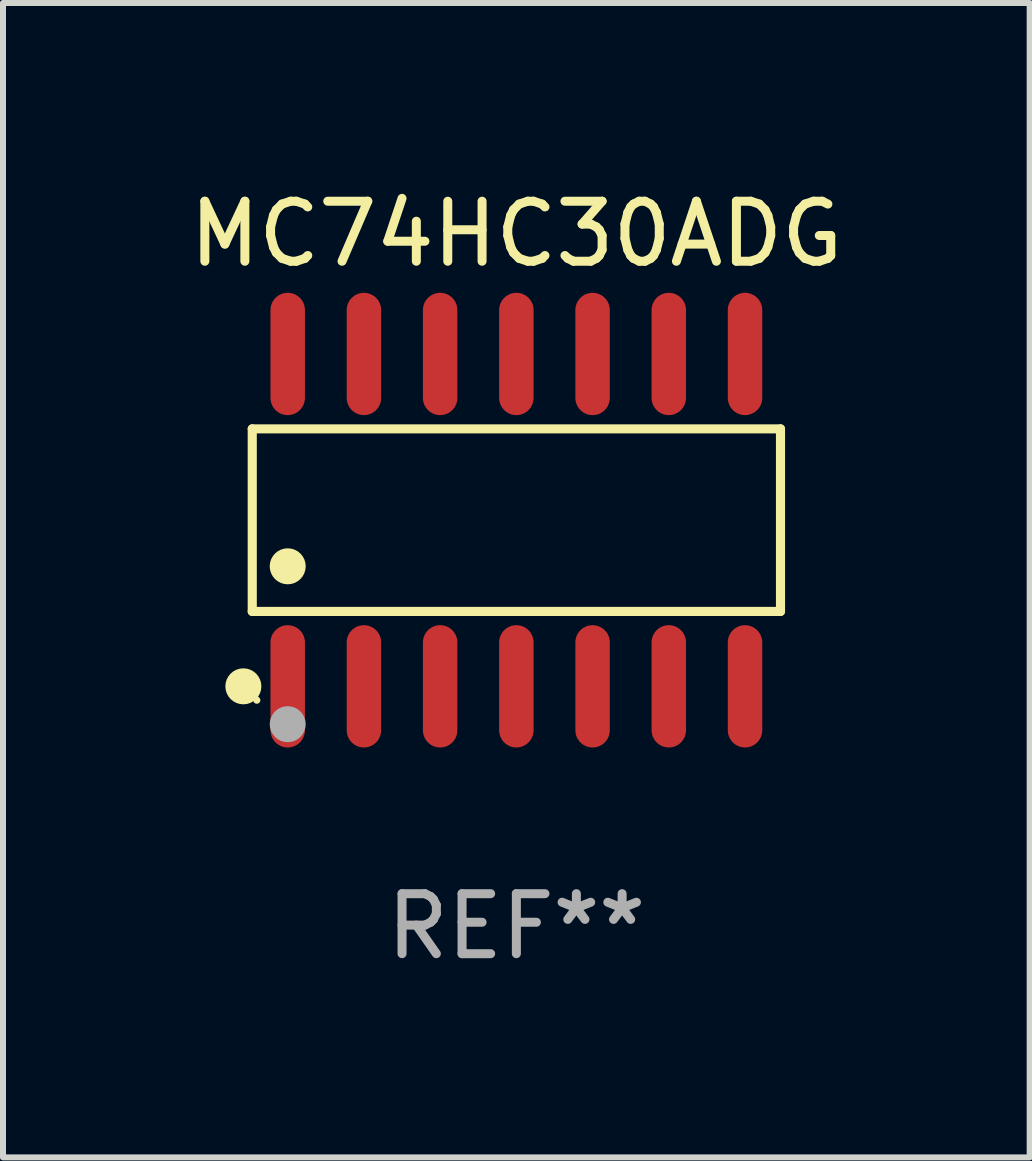
<source format=kicad_pcb>
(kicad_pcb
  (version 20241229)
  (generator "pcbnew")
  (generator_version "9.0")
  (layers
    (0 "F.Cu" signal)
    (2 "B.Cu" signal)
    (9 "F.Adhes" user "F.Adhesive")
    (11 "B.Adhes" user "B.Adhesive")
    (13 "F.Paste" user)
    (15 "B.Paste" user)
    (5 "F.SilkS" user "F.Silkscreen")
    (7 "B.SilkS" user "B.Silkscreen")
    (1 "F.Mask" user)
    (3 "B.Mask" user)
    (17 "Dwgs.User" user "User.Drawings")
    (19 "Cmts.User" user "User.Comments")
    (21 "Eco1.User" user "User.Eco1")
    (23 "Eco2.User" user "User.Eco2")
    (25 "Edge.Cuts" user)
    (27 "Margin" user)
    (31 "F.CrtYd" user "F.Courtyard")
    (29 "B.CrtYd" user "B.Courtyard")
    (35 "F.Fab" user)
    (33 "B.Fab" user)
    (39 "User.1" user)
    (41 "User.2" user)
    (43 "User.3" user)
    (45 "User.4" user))
  (footprint "MC74HC30ADG"
    (layer "F.Cu")
    (at 5.554 5.617)
    (property "Reference" "MC74HC30ADG" (at 0 -4.769 0) (layer "F.SilkS") (effects (font (size 1 1) (thickness 0.15))))
    (attr through_hole)
    (fp_line (start -4.401 -1.521) (end 4.401 -1.521) (stroke (width 0.152) (type solid)) (layer "F.SilkS"))
    (fp_line (start -4.401 1.521) (end -4.401 -1.521) (stroke (width 0.152) (type solid)) (layer "F.SilkS"))
    (fp_line (start 4.401 -1.521) (end 4.401 1.521) (stroke (width 0.152) (type solid)) (layer "F.SilkS"))
    (fp_line (start 4.401 1.521) (end -4.401 1.521) (stroke (width 0.152) (type solid)) (layer "F.SilkS"))
    (fp_circle (center -4.549 2.769) (end -4.399 2.769) (stroke (width 0.3) (type solid)) (fill no) (layer "F.SilkS"))
    (fp_circle (center -4.325 3) (end -4.295 3) (stroke (width 0.06) (type solid)) (fill no) (layer "F.SilkS"))
    (fp_circle (center -3.81 0.769) (end -3.66 0.769) (stroke (width 0.3) (type solid)) (fill no) (layer "F.SilkS"))
    (fp_circle (center -3.81 3.4) (end -3.66 3.4) (stroke (width 0.3) (type solid)) (fill no) (layer "F.Fab"))
    (fp_text user "REF**" (at 0 6.769 0) (layer "F.Fab") (effects (font (size 1 1) (thickness 0.15))))
    (pad "1" smd oval (at -3.81 2.769) (size 0.574 2.038) (layers "F.Cu" "F.Mask" "F.Paste"))
    (pad "2" smd oval (at -2.54 2.769) (size 0.574 2.038) (layers "F.Cu" "F.Mask" "F.Paste"))
    (pad "3" smd oval (at -1.27 2.769) (size 0.574 2.038) (layers "F.Cu" "F.Mask" "F.Paste"))
    (pad "4" smd oval (at 0 2.769) (size 0.574 2.038) (layers "F.Cu" "F.Mask" "F.Paste"))
    (pad "5" smd oval (at 1.27 2.769) (size 0.574 2.038) (layers "F.Cu" "F.Mask" "F.Paste"))
    (pad "6" smd oval (at 2.54 2.769) (size 0.574 2.038) (layers "F.Cu" "F.Mask" "F.Paste"))
    (pad "7" smd oval (at 3.81 2.769) (size 0.574 2.038) (layers "F.Cu" "F.Mask" "F.Paste"))
    (pad "8" smd oval (at 3.81 -2.769) (size 0.574 2.038) (layers "F.Cu" "F.Mask" "F.Paste"))
    (pad "9" smd oval (at 2.54 -2.769) (size 0.574 2.038) (layers "F.Cu" "F.Mask" "F.Paste"))
    (pad "10" smd oval (at 1.27 -2.769) (size 0.574 2.038) (layers "F.Cu" "F.Mask" "F.Paste"))
    (pad "11" smd oval (at 0 -2.769) (size 0.574 2.038) (layers "F.Cu" "F.Mask" "F.Paste"))
    (pad "12" smd oval (at -1.27 -2.769) (size 0.574 2.038) (layers "F.Cu" "F.Mask" "F.Paste"))
    (pad "13" smd oval (at -2.54 -2.769) (size 0.574 2.038) (layers "F.Cu" "F.Mask" "F.Paste"))
    (pad "14" smd oval (at -3.81 -2.769) (size 0.574 2.038) (layers "F.Cu" "F.Mask" "F.Paste")))
  (gr_rect
    (start -3 -3)
    (end 14.107 16.235)
    (stroke (width 0.1) (type default))
    (fill no)
    (layer "Edge.Cuts")))
</source>
